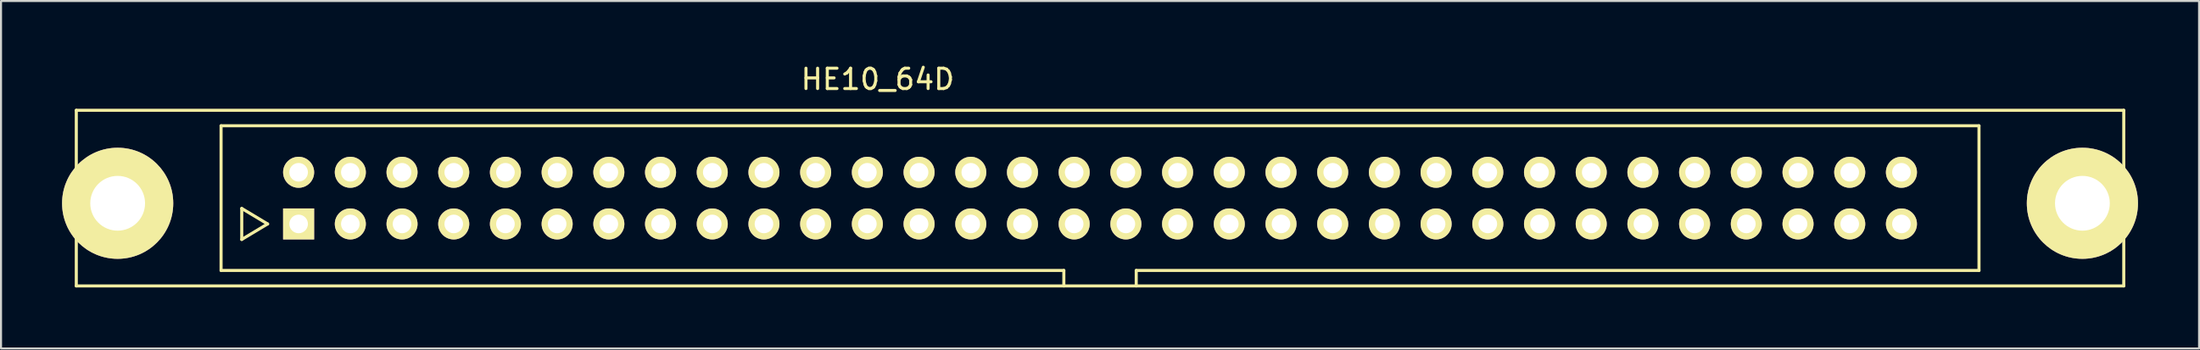
<source format=kicad_pcb>
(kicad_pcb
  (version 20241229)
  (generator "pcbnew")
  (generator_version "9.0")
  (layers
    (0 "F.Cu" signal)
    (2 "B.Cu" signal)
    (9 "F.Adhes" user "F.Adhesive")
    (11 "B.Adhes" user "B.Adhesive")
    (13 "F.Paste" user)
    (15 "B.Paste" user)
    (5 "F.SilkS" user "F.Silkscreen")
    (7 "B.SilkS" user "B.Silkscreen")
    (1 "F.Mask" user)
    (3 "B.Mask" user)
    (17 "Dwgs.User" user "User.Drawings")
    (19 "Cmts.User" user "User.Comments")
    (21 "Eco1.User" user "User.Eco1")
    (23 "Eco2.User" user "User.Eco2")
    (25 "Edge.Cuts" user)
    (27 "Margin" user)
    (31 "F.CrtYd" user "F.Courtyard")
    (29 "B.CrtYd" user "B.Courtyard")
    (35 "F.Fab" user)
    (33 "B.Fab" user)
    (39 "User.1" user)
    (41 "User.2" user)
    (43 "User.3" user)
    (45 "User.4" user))
  (footprint "HE10_64D"
    (layer "F.Cu")
    (at 50.99 6.69)
    (property "Reference" "HE10_64D" (at -10.922 -5.842 0) (layer "F.SilkS") (effects (font (size 1 1) (thickness 0.15))))
    (attr through_hole)
    (fp_line (start -50.292 -4.318) (end -50.292 4.318) (stroke (width 0.15) (type solid)) (layer "F.SilkS"))
    (fp_line (start -50.292 4.318) (end 50.292 4.318) (stroke (width 0.15) (type solid)) (layer "F.SilkS"))
    (fp_line (start -43.18 -3.556) (end 43.18 -3.556) (stroke (width 0.15) (type solid)) (layer "F.SilkS"))
    (fp_line (start -43.18 3.556) (end -43.18 -3.556) (stroke (width 0.15) (type solid)) (layer "F.SilkS"))
    (fp_line (start -42.164 0.508) (end -42.164 2.032) (stroke (width 0.15) (type solid)) (layer "F.SilkS"))
    (fp_line (start -42.164 2.032) (end -40.894 1.27) (stroke (width 0.15) (type solid)) (layer "F.SilkS"))
    (fp_line (start -40.894 1.27) (end -42.164 0.508) (stroke (width 0.15) (type solid)) (layer "F.SilkS"))
    (fp_line (start -1.778 3.556) (end -43.18 3.556) (stroke (width 0.15) (type solid)) (layer "F.SilkS"))
    (fp_line (start -1.778 4.318) (end -1.778 3.556) (stroke (width 0.15) (type solid)) (layer "F.SilkS"))
    (fp_line (start 1.778 3.556) (end 1.778 4.318) (stroke (width 0.15) (type solid)) (layer "F.SilkS"))
    (fp_line (start 43.18 -3.556) (end 43.18 3.556) (stroke (width 0.15) (type solid)) (layer "F.SilkS"))
    (fp_line (start 43.18 3.556) (end 1.778 3.556) (stroke (width 0.15) (type solid)) (layer "F.SilkS"))
    (fp_line (start 50.292 -4.318) (end -50.292 -4.318) (stroke (width 0.15) (type solid)) (layer "F.SilkS"))
    (fp_line (start 50.292 4.318) (end 50.292 -4.318) (stroke (width 0.15) (type solid)) (layer "F.SilkS"))
    (pad "" thru_hole circle (at -48.26 0.254) (size 5.461 5.461) (drill 2.692) (layers "*.Cu" "*.Mask" "F.SilkS"))
    (pad "" thru_hole circle (at 48.26 0.254) (size 5.461 5.461) (drill 2.692) (layers "*.Cu" "*.Mask" "F.SilkS"))
    (pad "1" thru_hole rect (at -39.37 1.27) (size 1.524 1.524) (drill 0.914) (layers "*.Cu" "*.Mask" "F.SilkS"))
    (pad "2" thru_hole circle (at -39.37 -1.27) (size 1.524 1.524) (drill 0.914) (layers "*.Cu" "*.Mask" "F.SilkS"))
    (pad "3" thru_hole circle (at -36.83 1.27) (size 1.524 1.524) (drill 0.914) (layers "*.Cu" "*.Mask" "F.SilkS"))
    (pad "4" thru_hole circle (at -36.83 -1.27) (size 1.524 1.524) (drill 0.914) (layers "*.Cu" "*.Mask" "F.SilkS"))
    (pad "5" thru_hole circle (at -34.29 1.27) (size 1.524 1.524) (drill 0.914) (layers "*.Cu" "*.Mask" "F.SilkS"))
    (pad "6" thru_hole circle (at -34.29 -1.27) (size 1.524 1.524) (drill 0.914) (layers "*.Cu" "*.Mask" "F.SilkS"))
    (pad "7" thru_hole circle (at -31.75 1.27) (size 1.524 1.524) (drill 0.914) (layers "*.Cu" "*.Mask" "F.SilkS"))
    (pad "8" thru_hole circle (at -31.75 -1.27) (size 1.524 1.524) (drill 0.914) (layers "*.Cu" "*.Mask" "F.SilkS"))
    (pad "9" thru_hole circle (at -29.21 1.27) (size 1.524 1.524) (drill 0.914) (layers "*.Cu" "*.Mask" "F.SilkS"))
    (pad "10" thru_hole circle (at -29.21 -1.27) (size 1.524 1.524) (drill 0.914) (layers "*.Cu" "*.Mask" "F.SilkS"))
    (pad "11" thru_hole circle (at -26.67 1.27) (size 1.524 1.524) (drill 0.914) (layers "*.Cu" "*.Mask" "F.SilkS"))
    (pad "12" thru_hole circle (at -26.67 -1.27) (size 1.524 1.524) (drill 0.914) (layers "*.Cu" "*.Mask" "F.SilkS"))
    (pad "13" thru_hole circle (at -24.13 1.27) (size 1.524 1.524) (drill 0.914) (layers "*.Cu" "*.Mask" "F.SilkS"))
    (pad "14" thru_hole circle (at -24.13 -1.27) (size 1.524 1.524) (drill 0.914) (layers "*.Cu" "*.Mask" "F.SilkS"))
    (pad "15" thru_hole circle (at -21.59 1.27) (size 1.524 1.524) (drill 0.914) (layers "*.Cu" "*.Mask" "F.SilkS"))
    (pad "16" thru_hole circle (at -21.59 -1.27) (size 1.524 1.524) (drill 0.914) (layers "*.Cu" "*.Mask" "F.SilkS"))
    (pad "17" thru_hole circle (at -19.05 1.27) (size 1.524 1.524) (drill 0.914) (layers "*.Cu" "*.Mask" "F.SilkS"))
    (pad "18" thru_hole circle (at -19.05 -1.27) (size 1.524 1.524) (drill 0.914) (layers "*.Cu" "*.Mask" "F.SilkS"))
    (pad "19" thru_hole circle (at -16.51 1.27) (size 1.524 1.524) (drill 0.914) (layers "*.Cu" "*.Mask" "F.SilkS"))
    (pad "20" thru_hole circle (at -16.51 -1.27) (size 1.524 1.524) (drill 0.914) (layers "*.Cu" "*.Mask" "F.SilkS"))
    (pad "21" thru_hole circle (at -13.97 1.27) (size 1.524 1.524) (drill 0.914) (layers "*.Cu" "*.Mask" "F.SilkS"))
    (pad "22" thru_hole circle (at -13.97 -1.27) (size 1.524 1.524) (drill 0.914) (layers "*.Cu" "*.Mask" "F.SilkS"))
    (pad "23" thru_hole circle (at -11.43 1.27) (size 1.524 1.524) (drill 0.914) (layers "*.Cu" "*.Mask" "F.SilkS"))
    (pad "24" thru_hole circle (at -11.43 -1.27) (size 1.524 1.524) (drill 0.914) (layers "*.Cu" "*.Mask" "F.SilkS"))
    (pad "25" thru_hole circle (at -8.89 1.27) (size 1.524 1.524) (drill 0.914) (layers "*.Cu" "*.Mask" "F.SilkS"))
    (pad "26" thru_hole circle (at -8.89 -1.27) (size 1.524 1.524) (drill 0.914) (layers "*.Cu" "*.Mask" "F.SilkS"))
    (pad "27" thru_hole circle (at -6.35 1.27) (size 1.524 1.524) (drill 0.914) (layers "*.Cu" "*.Mask" "F.SilkS"))
    (pad "28" thru_hole circle (at -6.35 -1.27) (size 1.524 1.524) (drill 0.914) (layers "*.Cu" "*.Mask" "F.SilkS"))
    (pad "29" thru_hole circle (at -3.81 1.27) (size 1.524 1.524) (drill 0.914) (layers "*.Cu" "*.Mask" "F.SilkS"))
    (pad "30" thru_hole circle (at -3.81 -1.27) (size 1.524 1.524) (drill 0.914) (layers "*.Cu" "*.Mask" "F.SilkS"))
    (pad "31" thru_hole circle (at -1.27 1.27) (size 1.524 1.524) (drill 0.914) (layers "*.Cu" "*.Mask" "F.SilkS"))
    (pad "32" thru_hole circle (at -1.27 -1.27) (size 1.524 1.524) (drill 0.914) (layers "*.Cu" "*.Mask" "F.SilkS"))
    (pad "33" thru_hole circle (at 1.27 1.27) (size 1.524 1.524) (drill 0.914) (layers "*.Cu" "*.Mask" "F.SilkS"))
    (pad "34" thru_hole circle (at 1.27 -1.27) (size 1.524 1.524) (drill 0.914) (layers "*.Cu" "*.Mask" "F.SilkS"))
    (pad "35" thru_hole circle (at 3.81 1.27) (size 1.524 1.524) (drill 0.914) (layers "*.Cu" "*.Mask" "F.SilkS"))
    (pad "36" thru_hole circle (at 3.81 -1.27) (size 1.524 1.524) (drill 0.914) (layers "*.Cu" "*.Mask" "F.SilkS"))
    (pad "37" thru_hole circle (at 6.35 1.27) (size 1.524 1.524) (drill 0.914) (layers "*.Cu" "*.Mask" "F.SilkS"))
    (pad "38" thru_hole circle (at 6.35 -1.27) (size 1.524 1.524) (drill 0.914) (layers "*.Cu" "*.Mask" "F.SilkS"))
    (pad "39" thru_hole circle (at 8.89 1.27) (size 1.524 1.524) (drill 0.914) (layers "*.Cu" "*.Mask" "F.SilkS"))
    (pad "40" thru_hole circle (at 8.89 -1.27) (size 1.524 1.524) (drill 0.914) (layers "*.Cu" "*.Mask" "F.SilkS"))
    (pad "41" thru_hole circle (at 11.43 1.27) (size 1.524 1.524) (drill 0.914) (layers "*.Cu" "*.Mask" "F.SilkS"))
    (pad "42" thru_hole circle (at 11.43 -1.27) (size 1.524 1.524) (drill 0.914) (layers "*.Cu" "*.Mask" "F.SilkS"))
    (pad "43" thru_hole circle (at 13.97 1.27) (size 1.524 1.524) (drill 0.914) (layers "*.Cu" "*.Mask" "F.SilkS"))
    (pad "44" thru_hole circle (at 13.97 -1.27) (size 1.524 1.524) (drill 0.914) (layers "*.Cu" "*.Mask" "F.SilkS"))
    (pad "45" thru_hole circle (at 16.51 1.27) (size 1.524 1.524) (drill 0.914) (layers "*.Cu" "*.Mask" "F.SilkS"))
    (pad "46" thru_hole circle (at 16.51 -1.27) (size 1.524 1.524) (drill 0.914) (layers "*.Cu" "*.Mask" "F.SilkS"))
    (pad "47" thru_hole circle (at 19.05 1.27) (size 1.524 1.524) (drill 0.914) (layers "*.Cu" "*.Mask" "F.SilkS"))
    (pad "48" thru_hole circle (at 19.05 -1.27) (size 1.524 1.524) (drill 0.914) (layers "*.Cu" "*.Mask" "F.SilkS"))
    (pad "49" thru_hole circle (at 21.59 1.27) (size 1.524 1.524) (drill 0.914) (layers "*.Cu" "*.Mask" "F.SilkS"))
    (pad "50" thru_hole circle (at 21.59 -1.27) (size 1.524 1.524) (drill 0.914) (layers "*.Cu" "*.Mask" "F.SilkS"))
    (pad "51" thru_hole circle (at 24.13 1.27) (size 1.524 1.524) (drill 0.914) (layers "*.Cu" "*.Mask" "F.SilkS"))
    (pad "52" thru_hole circle (at 24.13 -1.27) (size 1.524 1.524) (drill 0.914) (layers "*.Cu" "*.Mask" "F.SilkS"))
    (pad "53" thru_hole circle (at 26.67 1.27) (size 1.524 1.524) (drill 0.914) (layers "*.Cu" "*.Mask" "F.SilkS"))
    (pad "54" thru_hole circle (at 26.67 -1.27) (size 1.524 1.524) (drill 0.914) (layers "*.Cu" "*.Mask" "F.SilkS"))
    (pad "55" thru_hole circle (at 29.21 1.27) (size 1.524 1.524) (drill 0.914) (layers "*.Cu" "*.Mask" "F.SilkS"))
    (pad "56" thru_hole circle (at 29.21 -1.27) (size 1.524 1.524) (drill 0.914) (layers "*.Cu" "*.Mask" "F.SilkS"))
    (pad "57" thru_hole circle (at 31.75 1.27) (size 1.524 1.524) (drill 0.914) (layers "*.Cu" "*.Mask" "F.SilkS"))
    (pad "58" thru_hole circle (at 31.75 -1.27) (size 1.524 1.524) (drill 0.914) (layers "*.Cu" "*.Mask" "F.SilkS"))
    (pad "59" thru_hole circle (at 34.29 1.27) (size 1.524 1.524) (drill 0.914) (layers "*.Cu" "*.Mask" "F.SilkS"))
    (pad "60" thru_hole circle (at 34.29 -1.27) (size 1.524 1.524) (drill 0.914) (layers "*.Cu" "*.Mask" "F.SilkS"))
    (pad "61" thru_hole circle (at 36.83 1.27) (size 1.524 1.524) (drill 0.914) (layers "*.Cu" "*.Mask" "F.SilkS"))
    (pad "62" thru_hole circle (at 36.83 -1.27) (size 1.524 1.524) (drill 0.914) (layers "*.Cu" "*.Mask" "F.SilkS"))
    (pad "63" thru_hole circle (at 39.37 1.27) (size 1.524 1.524) (drill 0.914) (layers "*.Cu" "*.Mask" "F.SilkS"))
    (pad "64" thru_hole circle (at 39.37 -1.27) (size 1.524 1.524) (drill 0.914) (layers "*.Cu" "*.Mask" "F.SilkS")))
  (gr_rect
    (start -3 -3)
    (end 104.981 14.083)
    (stroke (width 0.1) (type default))
    (fill no)
    (layer "Edge.Cuts")))
</source>
